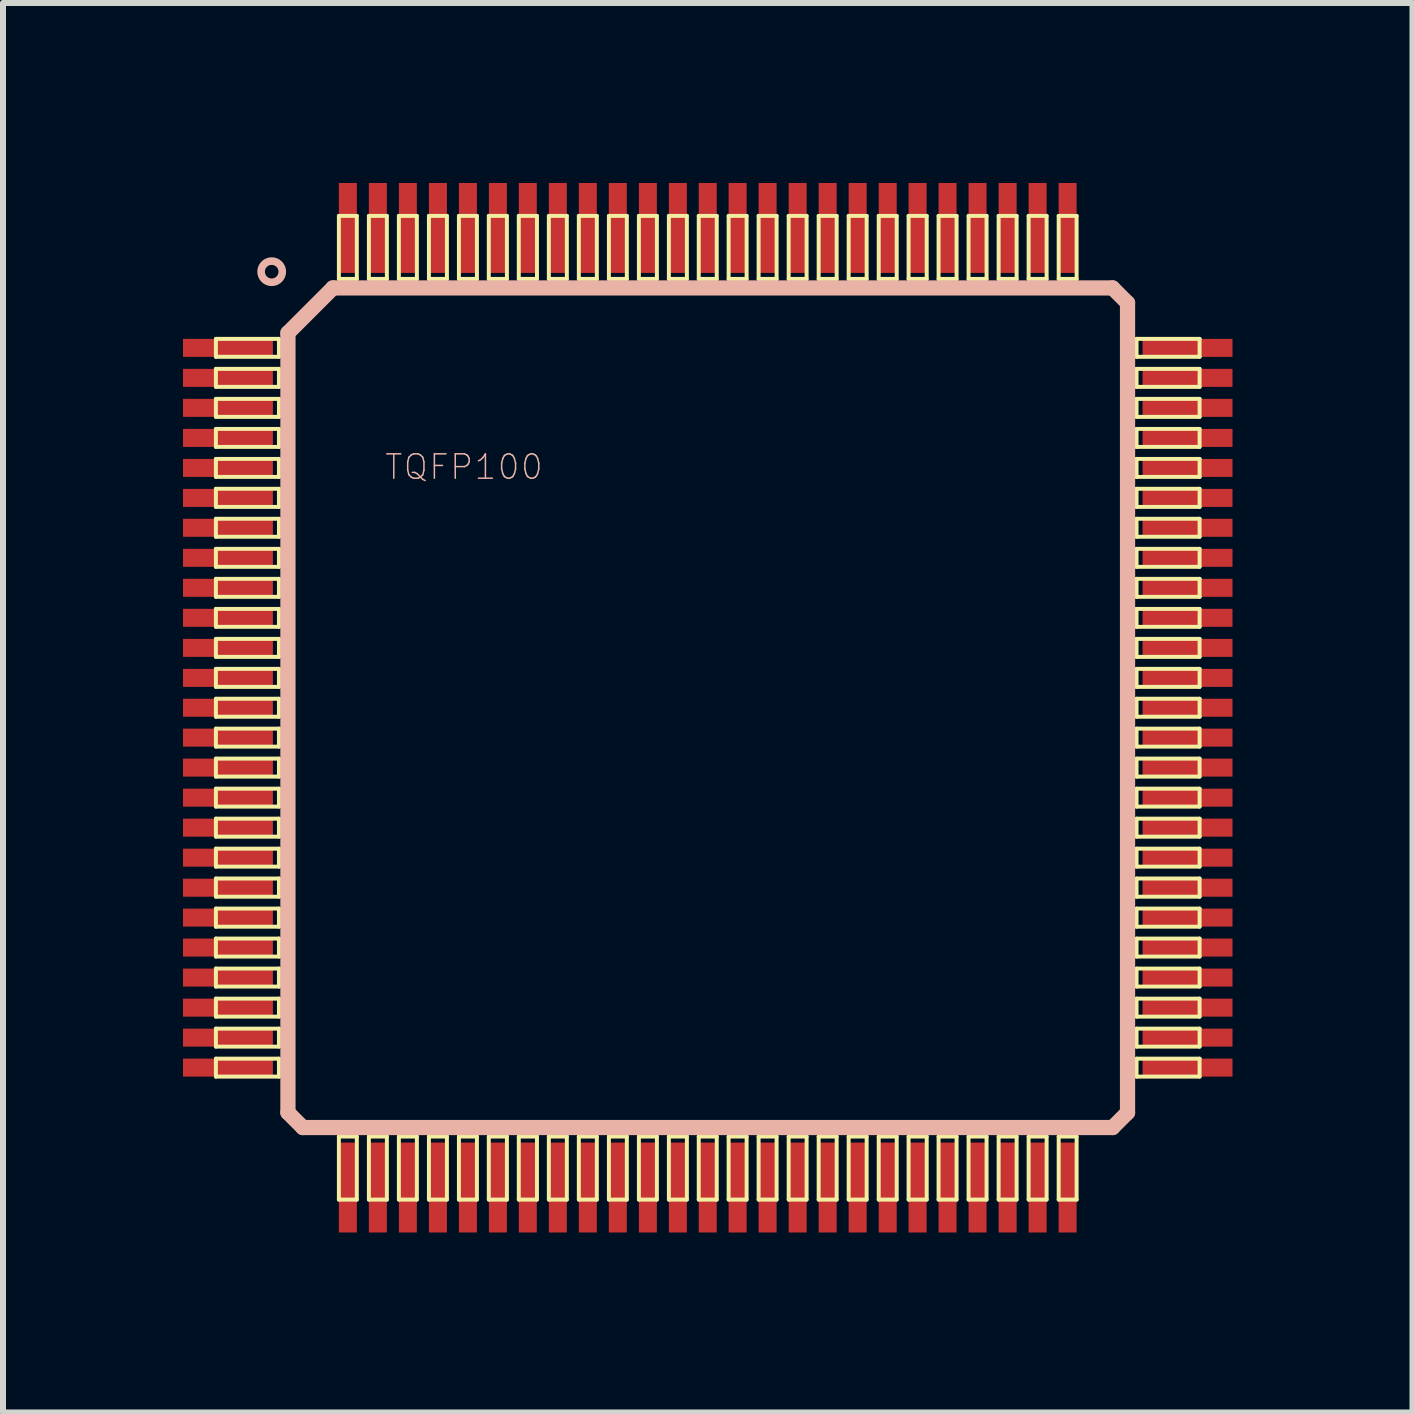
<source format=kicad_pcb>
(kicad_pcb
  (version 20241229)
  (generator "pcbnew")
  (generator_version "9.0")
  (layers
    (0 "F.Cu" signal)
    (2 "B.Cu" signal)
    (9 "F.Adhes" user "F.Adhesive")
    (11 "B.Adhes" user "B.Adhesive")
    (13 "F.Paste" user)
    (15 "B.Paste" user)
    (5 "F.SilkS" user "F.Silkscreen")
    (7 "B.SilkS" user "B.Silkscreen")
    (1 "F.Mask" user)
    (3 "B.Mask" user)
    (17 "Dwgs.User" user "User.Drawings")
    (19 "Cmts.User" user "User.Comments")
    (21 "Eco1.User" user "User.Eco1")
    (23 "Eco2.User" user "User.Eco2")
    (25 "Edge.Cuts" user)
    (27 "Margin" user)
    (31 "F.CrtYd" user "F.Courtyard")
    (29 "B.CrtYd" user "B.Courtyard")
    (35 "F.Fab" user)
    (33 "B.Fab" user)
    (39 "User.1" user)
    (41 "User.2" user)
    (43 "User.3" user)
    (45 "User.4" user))
  (footprint "TQFP100"
    (layer "F.Cu")
    (at 8.748 8.748)
    (property "Reference" "TQFP100" (at -4.064 -4.013 0) (layer "B.SilkS") (effects (font (size 0.406 0.406) (thickness 0.025))))
    (attr smd)
    (fp_line (start -8.199 -6.149) (end -7.148 -6.149) (stroke (width 0.066) (type solid)) (layer "F.SilkS"))
    (fp_line (start -8.199 -5.85) (end -8.199 -6.149) (stroke (width 0.066) (type solid)) (layer "F.SilkS"))
    (fp_line (start -8.199 -5.85) (end -7.148 -5.85) (stroke (width 0.066) (type solid)) (layer "F.SilkS"))
    (fp_line (start -8.199 -5.649) (end -7.148 -5.649) (stroke (width 0.066) (type solid)) (layer "F.SilkS"))
    (fp_line (start -8.199 -5.349) (end -8.199 -5.649) (stroke (width 0.066) (type solid)) (layer "F.SilkS"))
    (fp_line (start -8.199 -5.349) (end -7.148 -5.349) (stroke (width 0.066) (type solid)) (layer "F.SilkS"))
    (fp_line (start -8.199 -5.149) (end -7.148 -5.149) (stroke (width 0.066) (type solid)) (layer "F.SilkS"))
    (fp_line (start -8.199 -4.849) (end -8.199 -5.149) (stroke (width 0.066) (type solid)) (layer "F.SilkS"))
    (fp_line (start -8.199 -4.849) (end -7.148 -4.849) (stroke (width 0.066) (type solid)) (layer "F.SilkS"))
    (fp_line (start -8.199 -4.648) (end -7.148 -4.648) (stroke (width 0.066) (type solid)) (layer "F.SilkS"))
    (fp_line (start -8.199 -4.348) (end -8.199 -4.648) (stroke (width 0.066) (type solid)) (layer "F.SilkS"))
    (fp_line (start -8.199 -4.348) (end -7.148 -4.348) (stroke (width 0.066) (type solid)) (layer "F.SilkS"))
    (fp_line (start -8.199 -4.148) (end -7.148 -4.148) (stroke (width 0.066) (type solid)) (layer "F.SilkS"))
    (fp_line (start -8.199 -3.848) (end -8.199 -4.148) (stroke (width 0.066) (type solid)) (layer "F.SilkS"))
    (fp_line (start -8.199 -3.848) (end -7.148 -3.848) (stroke (width 0.066) (type solid)) (layer "F.SilkS"))
    (fp_line (start -8.199 -3.65) (end -7.148 -3.65) (stroke (width 0.066) (type solid)) (layer "F.SilkS"))
    (fp_line (start -8.199 -3.348) (end -8.199 -3.65) (stroke (width 0.066) (type solid)) (layer "F.SilkS"))
    (fp_line (start -8.199 -3.348) (end -7.148 -3.348) (stroke (width 0.066) (type solid)) (layer "F.SilkS"))
    (fp_line (start -8.199 -3.15) (end -7.148 -3.15) (stroke (width 0.066) (type solid)) (layer "F.SilkS"))
    (fp_line (start -8.199 -2.85) (end -8.199 -3.15) (stroke (width 0.066) (type solid)) (layer "F.SilkS"))
    (fp_line (start -8.199 -2.85) (end -7.148 -2.85) (stroke (width 0.066) (type solid)) (layer "F.SilkS"))
    (fp_line (start -8.199 -2.649) (end -7.148 -2.649) (stroke (width 0.066) (type solid)) (layer "F.SilkS"))
    (fp_line (start -8.199 -2.349) (end -8.199 -2.649) (stroke (width 0.066) (type solid)) (layer "F.SilkS"))
    (fp_line (start -8.199 -2.349) (end -7.148 -2.349) (stroke (width 0.066) (type solid)) (layer "F.SilkS"))
    (fp_line (start -8.199 -2.149) (end -7.148 -2.149) (stroke (width 0.066) (type solid)) (layer "F.SilkS"))
    (fp_line (start -8.199 -1.849) (end -8.199 -2.149) (stroke (width 0.066) (type solid)) (layer "F.SilkS"))
    (fp_line (start -8.199 -1.849) (end -7.148 -1.849) (stroke (width 0.066) (type solid)) (layer "F.SilkS"))
    (fp_line (start -8.199 -1.648) (end -7.148 -1.648) (stroke (width 0.066) (type solid)) (layer "F.SilkS"))
    (fp_line (start -8.199 -1.349) (end -8.199 -1.648) (stroke (width 0.066) (type solid)) (layer "F.SilkS"))
    (fp_line (start -8.199 -1.349) (end -7.148 -1.349) (stroke (width 0.066) (type solid)) (layer "F.SilkS"))
    (fp_line (start -8.199 -1.148) (end -7.148 -1.148) (stroke (width 0.066) (type solid)) (layer "F.SilkS"))
    (fp_line (start -8.199 -0.848) (end -8.199 -1.148) (stroke (width 0.066) (type solid)) (layer "F.SilkS"))
    (fp_line (start -8.199 -0.848) (end -7.148 -0.848) (stroke (width 0.066) (type solid)) (layer "F.SilkS"))
    (fp_line (start -8.199 -0.648) (end -7.148 -0.648) (stroke (width 0.066) (type solid)) (layer "F.SilkS"))
    (fp_line (start -8.199 -0.348) (end -8.199 -0.648) (stroke (width 0.066) (type solid)) (layer "F.SilkS"))
    (fp_line (start -8.199 -0.348) (end -7.148 -0.348) (stroke (width 0.066) (type solid)) (layer "F.SilkS"))
    (fp_line (start -8.199 -0.15) (end -7.148 -0.15) (stroke (width 0.066) (type solid)) (layer "F.SilkS"))
    (fp_line (start -8.199 0.15) (end -8.199 -0.15) (stroke (width 0.066) (type solid)) (layer "F.SilkS"))
    (fp_line (start -8.199 0.15) (end -7.148 0.15) (stroke (width 0.066) (type solid)) (layer "F.SilkS"))
    (fp_line (start -8.199 0.348) (end -7.148 0.348) (stroke (width 0.066) (type solid)) (layer "F.SilkS"))
    (fp_line (start -8.199 0.648) (end -8.199 0.348) (stroke (width 0.066) (type solid)) (layer "F.SilkS"))
    (fp_line (start -8.199 0.648) (end -7.148 0.648) (stroke (width 0.066) (type solid)) (layer "F.SilkS"))
    (fp_line (start -8.199 0.848) (end -7.148 0.848) (stroke (width 0.066) (type solid)) (layer "F.SilkS"))
    (fp_line (start -8.199 1.148) (end -8.199 0.848) (stroke (width 0.066) (type solid)) (layer "F.SilkS"))
    (fp_line (start -8.199 1.148) (end -7.148 1.148) (stroke (width 0.066) (type solid)) (layer "F.SilkS"))
    (fp_line (start -8.199 1.349) (end -7.148 1.349) (stroke (width 0.066) (type solid)) (layer "F.SilkS"))
    (fp_line (start -8.199 1.648) (end -8.199 1.349) (stroke (width 0.066) (type solid)) (layer "F.SilkS"))
    (fp_line (start -8.199 1.648) (end -7.148 1.648) (stroke (width 0.066) (type solid)) (layer "F.SilkS"))
    (fp_line (start -8.199 1.849) (end -7.148 1.849) (stroke (width 0.066) (type solid)) (layer "F.SilkS"))
    (fp_line (start -8.199 2.149) (end -8.199 1.849) (stroke (width 0.066) (type solid)) (layer "F.SilkS"))
    (fp_line (start -8.199 2.149) (end -7.148 2.149) (stroke (width 0.066) (type solid)) (layer "F.SilkS"))
    (fp_line (start -8.199 2.349) (end -7.148 2.349) (stroke (width 0.066) (type solid)) (layer "F.SilkS"))
    (fp_line (start -8.199 2.649) (end -8.199 2.349) (stroke (width 0.066) (type solid)) (layer "F.SilkS"))
    (fp_line (start -8.199 2.649) (end -7.148 2.649) (stroke (width 0.066) (type solid)) (layer "F.SilkS"))
    (fp_line (start -8.199 2.847) (end -7.148 2.847) (stroke (width 0.066) (type solid)) (layer "F.SilkS"))
    (fp_line (start -8.199 3.15) (end -8.199 2.847) (stroke (width 0.066) (type solid)) (layer "F.SilkS"))
    (fp_line (start -8.199 3.15) (end -7.148 3.15) (stroke (width 0.066) (type solid)) (layer "F.SilkS"))
    (fp_line (start -8.199 3.348) (end -7.148 3.348) (stroke (width 0.066) (type solid)) (layer "F.SilkS"))
    (fp_line (start -8.199 3.65) (end -8.199 3.348) (stroke (width 0.066) (type solid)) (layer "F.SilkS"))
    (fp_line (start -8.199 3.65) (end -7.148 3.65) (stroke (width 0.066) (type solid)) (layer "F.SilkS"))
    (fp_line (start -8.199 3.848) (end -7.148 3.848) (stroke (width 0.066) (type solid)) (layer "F.SilkS"))
    (fp_line (start -8.199 4.148) (end -8.199 3.848) (stroke (width 0.066) (type solid)) (layer "F.SilkS"))
    (fp_line (start -8.199 4.148) (end -7.148 4.148) (stroke (width 0.066) (type solid)) (layer "F.SilkS"))
    (fp_line (start -8.199 4.348) (end -7.148 4.348) (stroke (width 0.066) (type solid)) (layer "F.SilkS"))
    (fp_line (start -8.199 4.648) (end -8.199 4.348) (stroke (width 0.066) (type solid)) (layer "F.SilkS"))
    (fp_line (start -8.199 4.648) (end -7.148 4.648) (stroke (width 0.066) (type solid)) (layer "F.SilkS"))
    (fp_line (start -8.199 4.849) (end -7.148 4.849) (stroke (width 0.066) (type solid)) (layer "F.SilkS"))
    (fp_line (start -8.199 5.149) (end -8.199 4.849) (stroke (width 0.066) (type solid)) (layer "F.SilkS"))
    (fp_line (start -8.199 5.149) (end -7.148 5.149) (stroke (width 0.066) (type solid)) (layer "F.SilkS"))
    (fp_line (start -8.199 5.349) (end -7.148 5.349) (stroke (width 0.066) (type solid)) (layer "F.SilkS"))
    (fp_line (start -8.199 5.649) (end -8.199 5.349) (stroke (width 0.066) (type solid)) (layer "F.SilkS"))
    (fp_line (start -8.199 5.649) (end -7.148 5.649) (stroke (width 0.066) (type solid)) (layer "F.SilkS"))
    (fp_line (start -8.199 5.85) (end -7.148 5.85) (stroke (width 0.066) (type solid)) (layer "F.SilkS"))
    (fp_line (start -8.199 6.149) (end -8.199 5.85) (stroke (width 0.066) (type solid)) (layer "F.SilkS"))
    (fp_line (start -8.199 6.149) (end -7.148 6.149) (stroke (width 0.066) (type solid)) (layer "F.SilkS"))
    (fp_line (start -7.148 -5.85) (end -7.148 -6.149) (stroke (width 0.066) (type solid)) (layer "F.SilkS"))
    (fp_line (start -7.148 -5.349) (end -7.148 -5.649) (stroke (width 0.066) (type solid)) (layer "F.SilkS"))
    (fp_line (start -7.148 -4.849) (end -7.148 -5.149) (stroke (width 0.066) (type solid)) (layer "F.SilkS"))
    (fp_line (start -7.148 -4.348) (end -7.148 -4.648) (stroke (width 0.066) (type solid)) (layer "F.SilkS"))
    (fp_line (start -7.148 -3.848) (end -7.148 -4.148) (stroke (width 0.066) (type solid)) (layer "F.SilkS"))
    (fp_line (start -7.148 -3.348) (end -7.148 -3.65) (stroke (width 0.066) (type solid)) (layer "F.SilkS"))
    (fp_line (start -7.148 -2.85) (end -7.148 -3.15) (stroke (width 0.066) (type solid)) (layer "F.SilkS"))
    (fp_line (start -7.148 -2.349) (end -7.148 -2.649) (stroke (width 0.066) (type solid)) (layer "F.SilkS"))
    (fp_line (start -7.148 -1.849) (end -7.148 -2.149) (stroke (width 0.066) (type solid)) (layer "F.SilkS"))
    (fp_line (start -7.148 -1.349) (end -7.148 -1.648) (stroke (width 0.066) (type solid)) (layer "F.SilkS"))
    (fp_line (start -7.148 -0.848) (end -7.148 -1.148) (stroke (width 0.066) (type solid)) (layer "F.SilkS"))
    (fp_line (start -7.148 -0.348) (end -7.148 -0.648) (stroke (width 0.066) (type solid)) (layer "F.SilkS"))
    (fp_line (start -7.148 0.15) (end -7.148 -0.15) (stroke (width 0.066) (type solid)) (layer "F.SilkS"))
    (fp_line (start -7.148 0.648) (end -7.148 0.348) (stroke (width 0.066) (type solid)) (layer "F.SilkS"))
    (fp_line (start -7.148 1.148) (end -7.148 0.848) (stroke (width 0.066) (type solid)) (layer "F.SilkS"))
    (fp_line (start -7.148 1.648) (end -7.148 1.349) (stroke (width 0.066) (type solid)) (layer "F.SilkS"))
    (fp_line (start -7.148 2.149) (end -7.148 1.849) (stroke (width 0.066) (type solid)) (layer "F.SilkS"))
    (fp_line (start -7.148 2.649) (end -7.148 2.349) (stroke (width 0.066) (type solid)) (layer "F.SilkS"))
    (fp_line (start -7.148 3.15) (end -7.148 2.847) (stroke (width 0.066) (type solid)) (layer "F.SilkS"))
    (fp_line (start -7.148 3.65) (end -7.148 3.348) (stroke (width 0.066) (type solid)) (layer "F.SilkS"))
    (fp_line (start -7.148 4.148) (end -7.148 3.848) (stroke (width 0.066) (type solid)) (layer "F.SilkS"))
    (fp_line (start -7.148 4.648) (end -7.148 4.348) (stroke (width 0.066) (type solid)) (layer "F.SilkS"))
    (fp_line (start -7.148 5.149) (end -7.148 4.849) (stroke (width 0.066) (type solid)) (layer "F.SilkS"))
    (fp_line (start -7.148 5.649) (end -7.148 5.349) (stroke (width 0.066) (type solid)) (layer "F.SilkS"))
    (fp_line (start -7.148 6.149) (end -7.148 5.85) (stroke (width 0.066) (type solid)) (layer "F.SilkS"))
    (fp_line (start -6.149 -8.199) (end -5.85 -8.199) (stroke (width 0.066) (type solid)) (layer "F.SilkS"))
    (fp_line (start -6.149 -7.148) (end -6.149 -8.199) (stroke (width 0.066) (type solid)) (layer "F.SilkS"))
    (fp_line (start -6.149 -7.148) (end -5.85 -7.148) (stroke (width 0.066) (type solid)) (layer "F.SilkS"))
    (fp_line (start -6.149 7.148) (end -5.85 7.148) (stroke (width 0.066) (type solid)) (layer "F.SilkS"))
    (fp_line (start -6.149 8.199) (end -6.149 7.148) (stroke (width 0.066) (type solid)) (layer "F.SilkS"))
    (fp_line (start -6.149 8.199) (end -5.85 8.199) (stroke (width 0.066) (type solid)) (layer "F.SilkS"))
    (fp_line (start -5.85 -7.148) (end -5.85 -8.199) (stroke (width 0.066) (type solid)) (layer "F.SilkS"))
    (fp_line (start -5.85 8.199) (end -5.85 7.148) (stroke (width 0.066) (type solid)) (layer "F.SilkS"))
    (fp_line (start -5.649 -8.199) (end -5.349 -8.199) (stroke (width 0.066) (type solid)) (layer "F.SilkS"))
    (fp_line (start -5.649 -7.148) (end -5.649 -8.199) (stroke (width 0.066) (type solid)) (layer "F.SilkS"))
    (fp_line (start -5.649 -7.148) (end -5.349 -7.148) (stroke (width 0.066) (type solid)) (layer "F.SilkS"))
    (fp_line (start -5.649 7.148) (end -5.349 7.148) (stroke (width 0.066) (type solid)) (layer "F.SilkS"))
    (fp_line (start -5.649 8.199) (end -5.649 7.148) (stroke (width 0.066) (type solid)) (layer "F.SilkS"))
    (fp_line (start -5.649 8.199) (end -5.349 8.199) (stroke (width 0.066) (type solid)) (layer "F.SilkS"))
    (fp_line (start -5.349 -7.148) (end -5.349 -8.199) (stroke (width 0.066) (type solid)) (layer "F.SilkS"))
    (fp_line (start -5.349 8.199) (end -5.349 7.148) (stroke (width 0.066) (type solid)) (layer "F.SilkS"))
    (fp_line (start -5.149 -8.199) (end -4.849 -8.199) (stroke (width 0.066) (type solid)) (layer "F.SilkS"))
    (fp_line (start -5.149 -7.148) (end -5.149 -8.199) (stroke (width 0.066) (type solid)) (layer "F.SilkS"))
    (fp_line (start -5.149 -7.148) (end -4.849 -7.148) (stroke (width 0.066) (type solid)) (layer "F.SilkS"))
    (fp_line (start -5.149 7.148) (end -4.849 7.148) (stroke (width 0.066) (type solid)) (layer "F.SilkS"))
    (fp_line (start -5.149 8.199) (end -5.149 7.148) (stroke (width 0.066) (type solid)) (layer "F.SilkS"))
    (fp_line (start -5.149 8.199) (end -4.849 8.199) (stroke (width 0.066) (type solid)) (layer "F.SilkS"))
    (fp_line (start -4.849 -7.148) (end -4.849 -8.199) (stroke (width 0.066) (type solid)) (layer "F.SilkS"))
    (fp_line (start -4.849 8.199) (end -4.849 7.148) (stroke (width 0.066) (type solid)) (layer "F.SilkS"))
    (fp_line (start -4.648 -8.199) (end -4.348 -8.199) (stroke (width 0.066) (type solid)) (layer "F.SilkS"))
    (fp_line (start -4.648 -7.148) (end -4.648 -8.199) (stroke (width 0.066) (type solid)) (layer "F.SilkS"))
    (fp_line (start -4.648 -7.148) (end -4.348 -7.148) (stroke (width 0.066) (type solid)) (layer "F.SilkS"))
    (fp_line (start -4.648 7.148) (end -4.348 7.148) (stroke (width 0.066) (type solid)) (layer "F.SilkS"))
    (fp_line (start -4.648 8.199) (end -4.648 7.148) (stroke (width 0.066) (type solid)) (layer "F.SilkS"))
    (fp_line (start -4.648 8.199) (end -4.348 8.199) (stroke (width 0.066) (type solid)) (layer "F.SilkS"))
    (fp_line (start -4.348 -7.148) (end -4.348 -8.199) (stroke (width 0.066) (type solid)) (layer "F.SilkS"))
    (fp_line (start -4.348 8.199) (end -4.348 7.148) (stroke (width 0.066) (type solid)) (layer "F.SilkS"))
    (fp_line (start -4.148 -8.199) (end -3.848 -8.199) (stroke (width 0.066) (type solid)) (layer "F.SilkS"))
    (fp_line (start -4.148 -7.148) (end -4.148 -8.199) (stroke (width 0.066) (type solid)) (layer "F.SilkS"))
    (fp_line (start -4.148 -7.148) (end -3.848 -7.148) (stroke (width 0.066) (type solid)) (layer "F.SilkS"))
    (fp_line (start -4.148 7.148) (end -3.848 7.148) (stroke (width 0.066) (type solid)) (layer "F.SilkS"))
    (fp_line (start -4.148 8.199) (end -4.148 7.148) (stroke (width 0.066) (type solid)) (layer "F.SilkS"))
    (fp_line (start -4.148 8.199) (end -3.848 8.199) (stroke (width 0.066) (type solid)) (layer "F.SilkS"))
    (fp_line (start -3.848 -7.148) (end -3.848 -8.199) (stroke (width 0.066) (type solid)) (layer "F.SilkS"))
    (fp_line (start -3.848 8.199) (end -3.848 7.148) (stroke (width 0.066) (type solid)) (layer "F.SilkS"))
    (fp_line (start -3.65 -8.199) (end -3.348 -8.199) (stroke (width 0.066) (type solid)) (layer "F.SilkS"))
    (fp_line (start -3.65 -7.148) (end -3.65 -8.199) (stroke (width 0.066) (type solid)) (layer "F.SilkS"))
    (fp_line (start -3.65 -7.148) (end -3.348 -7.148) (stroke (width 0.066) (type solid)) (layer "F.SilkS"))
    (fp_line (start -3.65 7.148) (end -3.348 7.148) (stroke (width 0.066) (type solid)) (layer "F.SilkS"))
    (fp_line (start -3.65 8.199) (end -3.65 7.148) (stroke (width 0.066) (type solid)) (layer "F.SilkS"))
    (fp_line (start -3.65 8.199) (end -3.348 8.199) (stroke (width 0.066) (type solid)) (layer "F.SilkS"))
    (fp_line (start -3.348 -7.148) (end -3.348 -8.199) (stroke (width 0.066) (type solid)) (layer "F.SilkS"))
    (fp_line (start -3.348 8.199) (end -3.348 7.148) (stroke (width 0.066) (type solid)) (layer "F.SilkS"))
    (fp_line (start -3.15 -8.199) (end -2.847 -8.199) (stroke (width 0.066) (type solid)) (layer "F.SilkS"))
    (fp_line (start -3.15 -7.148) (end -3.15 -8.199) (stroke (width 0.066) (type solid)) (layer "F.SilkS"))
    (fp_line (start -3.15 -7.148) (end -2.847 -7.148) (stroke (width 0.066) (type solid)) (layer "F.SilkS"))
    (fp_line (start -3.15 7.148) (end -2.847 7.148) (stroke (width 0.066) (type solid)) (layer "F.SilkS"))
    (fp_line (start -3.15 8.199) (end -3.15 7.148) (stroke (width 0.066) (type solid)) (layer "F.SilkS"))
    (fp_line (start -3.15 8.199) (end -2.847 8.199) (stroke (width 0.066) (type solid)) (layer "F.SilkS"))
    (fp_line (start -2.847 -7.148) (end -2.847 -8.199) (stroke (width 0.066) (type solid)) (layer "F.SilkS"))
    (fp_line (start -2.847 8.199) (end -2.847 7.148) (stroke (width 0.066) (type solid)) (layer "F.SilkS"))
    (fp_line (start -2.649 -8.199) (end -2.349 -8.199) (stroke (width 0.066) (type solid)) (layer "F.SilkS"))
    (fp_line (start -2.649 -7.148) (end -2.649 -8.199) (stroke (width 0.066) (type solid)) (layer "F.SilkS"))
    (fp_line (start -2.649 -7.148) (end -2.349 -7.148) (stroke (width 0.066) (type solid)) (layer "F.SilkS"))
    (fp_line (start -2.649 7.148) (end -2.349 7.148) (stroke (width 0.066) (type solid)) (layer "F.SilkS"))
    (fp_line (start -2.649 8.199) (end -2.649 7.148) (stroke (width 0.066) (type solid)) (layer "F.SilkS"))
    (fp_line (start -2.649 8.199) (end -2.349 8.199) (stroke (width 0.066) (type solid)) (layer "F.SilkS"))
    (fp_line (start -2.349 -7.148) (end -2.349 -8.199) (stroke (width 0.066) (type solid)) (layer "F.SilkS"))
    (fp_line (start -2.349 8.199) (end -2.349 7.148) (stroke (width 0.066) (type solid)) (layer "F.SilkS"))
    (fp_line (start -2.149 -8.199) (end -1.849 -8.199) (stroke (width 0.066) (type solid)) (layer "F.SilkS"))
    (fp_line (start -2.149 -7.148) (end -2.149 -8.199) (stroke (width 0.066) (type solid)) (layer "F.SilkS"))
    (fp_line (start -2.149 -7.148) (end -1.849 -7.148) (stroke (width 0.066) (type solid)) (layer "F.SilkS"))
    (fp_line (start -2.149 7.148) (end -1.849 7.148) (stroke (width 0.066) (type solid)) (layer "F.SilkS"))
    (fp_line (start -2.149 8.199) (end -2.149 7.148) (stroke (width 0.066) (type solid)) (layer "F.SilkS"))
    (fp_line (start -2.149 8.199) (end -1.849 8.199) (stroke (width 0.066) (type solid)) (layer "F.SilkS"))
    (fp_line (start -1.849 -7.148) (end -1.849 -8.199) (stroke (width 0.066) (type solid)) (layer "F.SilkS"))
    (fp_line (start -1.849 8.199) (end -1.849 7.148) (stroke (width 0.066) (type solid)) (layer "F.SilkS"))
    (fp_line (start -1.648 -8.199) (end -1.349 -8.199) (stroke (width 0.066) (type solid)) (layer "F.SilkS"))
    (fp_line (start -1.648 -7.148) (end -1.648 -8.199) (stroke (width 0.066) (type solid)) (layer "F.SilkS"))
    (fp_line (start -1.648 -7.148) (end -1.349 -7.148) (stroke (width 0.066) (type solid)) (layer "F.SilkS"))
    (fp_line (start -1.648 7.148) (end -1.349 7.148) (stroke (width 0.066) (type solid)) (layer "F.SilkS"))
    (fp_line (start -1.648 8.199) (end -1.648 7.148) (stroke (width 0.066) (type solid)) (layer "F.SilkS"))
    (fp_line (start -1.648 8.199) (end -1.349 8.199) (stroke (width 0.066) (type solid)) (layer "F.SilkS"))
    (fp_line (start -1.349 -7.148) (end -1.349 -8.199) (stroke (width 0.066) (type solid)) (layer "F.SilkS"))
    (fp_line (start -1.349 8.199) (end -1.349 7.148) (stroke (width 0.066) (type solid)) (layer "F.SilkS"))
    (fp_line (start -1.148 -8.199) (end -0.848 -8.199) (stroke (width 0.066) (type solid)) (layer "F.SilkS"))
    (fp_line (start -1.148 -7.148) (end -1.148 -8.199) (stroke (width 0.066) (type solid)) (layer "F.SilkS"))
    (fp_line (start -1.148 -7.148) (end -0.848 -7.148) (stroke (width 0.066) (type solid)) (layer "F.SilkS"))
    (fp_line (start -1.148 7.148) (end -0.848 7.148) (stroke (width 0.066) (type solid)) (layer "F.SilkS"))
    (fp_line (start -1.148 8.199) (end -1.148 7.148) (stroke (width 0.066) (type solid)) (layer "F.SilkS"))
    (fp_line (start -1.148 8.199) (end -0.848 8.199) (stroke (width 0.066) (type solid)) (layer "F.SilkS"))
    (fp_line (start -0.848 -7.148) (end -0.848 -8.199) (stroke (width 0.066) (type solid)) (layer "F.SilkS"))
    (fp_line (start -0.848 8.199) (end -0.848 7.148) (stroke (width 0.066) (type solid)) (layer "F.SilkS"))
    (fp_line (start -0.648 -8.199) (end -0.348 -8.199) (stroke (width 0.066) (type solid)) (layer "F.SilkS"))
    (fp_line (start -0.648 -7.148) (end -0.648 -8.199) (stroke (width 0.066) (type solid)) (layer "F.SilkS"))
    (fp_line (start -0.648 -7.148) (end -0.348 -7.148) (stroke (width 0.066) (type solid)) (layer "F.SilkS"))
    (fp_line (start -0.648 7.148) (end -0.348 7.148) (stroke (width 0.066) (type solid)) (layer "F.SilkS"))
    (fp_line (start -0.648 8.199) (end -0.648 7.148) (stroke (width 0.066) (type solid)) (layer "F.SilkS"))
    (fp_line (start -0.648 8.199) (end -0.348 8.199) (stroke (width 0.066) (type solid)) (layer "F.SilkS"))
    (fp_line (start -0.348 -7.148) (end -0.348 -8.199) (stroke (width 0.066) (type solid)) (layer "F.SilkS"))
    (fp_line (start -0.348 8.199) (end -0.348 7.148) (stroke (width 0.066) (type solid)) (layer "F.SilkS"))
    (fp_line (start -0.15 -8.199) (end 0.15 -8.199) (stroke (width 0.066) (type solid)) (layer "F.SilkS"))
    (fp_line (start -0.15 -7.148) (end -0.15 -8.199) (stroke (width 0.066) (type solid)) (layer "F.SilkS"))
    (fp_line (start -0.15 -7.148) (end 0.15 -7.148) (stroke (width 0.066) (type solid)) (layer "F.SilkS"))
    (fp_line (start -0.15 7.148) (end 0.15 7.148) (stroke (width 0.066) (type solid)) (layer "F.SilkS"))
    (fp_line (start -0.15 8.199) (end -0.15 7.148) (stroke (width 0.066) (type solid)) (layer "F.SilkS"))
    (fp_line (start -0.15 8.199) (end 0.15 8.199) (stroke (width 0.066) (type solid)) (layer "F.SilkS"))
    (fp_line (start 0.15 -7.148) (end 0.15 -8.199) (stroke (width 0.066) (type solid)) (layer "F.SilkS"))
    (fp_line (start 0.15 8.199) (end 0.15 7.148) (stroke (width 0.066) (type solid)) (layer "F.SilkS"))
    (fp_line (start 0.348 -8.199) (end 0.648 -8.199) (stroke (width 0.066) (type solid)) (layer "F.SilkS"))
    (fp_line (start 0.348 -7.148) (end 0.348 -8.199) (stroke (width 0.066) (type solid)) (layer "F.SilkS"))
    (fp_line (start 0.348 -7.148) (end 0.648 -7.148) (stroke (width 0.066) (type solid)) (layer "F.SilkS"))
    (fp_line (start 0.348 7.148) (end 0.648 7.148) (stroke (width 0.066) (type solid)) (layer "F.SilkS"))
    (fp_line (start 0.348 8.199) (end 0.348 7.148) (stroke (width 0.066) (type solid)) (layer "F.SilkS"))
    (fp_line (start 0.348 8.199) (end 0.648 8.199) (stroke (width 0.066) (type solid)) (layer "F.SilkS"))
    (fp_line (start 0.648 -7.148) (end 0.648 -8.199) (stroke (width 0.066) (type solid)) (layer "F.SilkS"))
    (fp_line (start 0.648 8.199) (end 0.648 7.148) (stroke (width 0.066) (type solid)) (layer "F.SilkS"))
    (fp_line (start 0.848 -8.199) (end 1.148 -8.199) (stroke (width 0.066) (type solid)) (layer "F.SilkS"))
    (fp_line (start 0.848 -7.148) (end 0.848 -8.199) (stroke (width 0.066) (type solid)) (layer "F.SilkS"))
    (fp_line (start 0.848 -7.148) (end 1.148 -7.148) (stroke (width 0.066) (type solid)) (layer "F.SilkS"))
    (fp_line (start 0.848 7.148) (end 1.148 7.148) (stroke (width 0.066) (type solid)) (layer "F.SilkS"))
    (fp_line (start 0.848 8.199) (end 0.848 7.148) (stroke (width 0.066) (type solid)) (layer "F.SilkS"))
    (fp_line (start 0.848 8.199) (end 1.148 8.199) (stroke (width 0.066) (type solid)) (layer "F.SilkS"))
    (fp_line (start 1.148 -7.148) (end 1.148 -8.199) (stroke (width 0.066) (type solid)) (layer "F.SilkS"))
    (fp_line (start 1.148 8.199) (end 1.148 7.148) (stroke (width 0.066) (type solid)) (layer "F.SilkS"))
    (fp_line (start 1.349 -8.199) (end 1.648 -8.199) (stroke (width 0.066) (type solid)) (layer "F.SilkS"))
    (fp_line (start 1.349 -7.148) (end 1.349 -8.199) (stroke (width 0.066) (type solid)) (layer "F.SilkS"))
    (fp_line (start 1.349 -7.148) (end 1.648 -7.148) (stroke (width 0.066) (type solid)) (layer "F.SilkS"))
    (fp_line (start 1.349 7.148) (end 1.648 7.148) (stroke (width 0.066) (type solid)) (layer "F.SilkS"))
    (fp_line (start 1.349 8.199) (end 1.349 7.148) (stroke (width 0.066) (type solid)) (layer "F.SilkS"))
    (fp_line (start 1.349 8.199) (end 1.648 8.199) (stroke (width 0.066) (type solid)) (layer "F.SilkS"))
    (fp_line (start 1.648 -7.148) (end 1.648 -8.199) (stroke (width 0.066) (type solid)) (layer "F.SilkS"))
    (fp_line (start 1.648 8.199) (end 1.648 7.148) (stroke (width 0.066) (type solid)) (layer "F.SilkS"))
    (fp_line (start 1.849 -8.199) (end 2.149 -8.199) (stroke (width 0.066) (type solid)) (layer "F.SilkS"))
    (fp_line (start 1.849 -7.148) (end 1.849 -8.199) (stroke (width 0.066) (type solid)) (layer "F.SilkS"))
    (fp_line (start 1.849 -7.148) (end 2.149 -7.148) (stroke (width 0.066) (type solid)) (layer "F.SilkS"))
    (fp_line (start 1.849 7.148) (end 2.149 7.148) (stroke (width 0.066) (type solid)) (layer "F.SilkS"))
    (fp_line (start 1.849 8.199) (end 1.849 7.148) (stroke (width 0.066) (type solid)) (layer "F.SilkS"))
    (fp_line (start 1.849 8.199) (end 2.149 8.199) (stroke (width 0.066) (type solid)) (layer "F.SilkS"))
    (fp_line (start 2.149 -7.148) (end 2.149 -8.199) (stroke (width 0.066) (type solid)) (layer "F.SilkS"))
    (fp_line (start 2.149 8.199) (end 2.149 7.148) (stroke (width 0.066) (type solid)) (layer "F.SilkS"))
    (fp_line (start 2.349 -8.199) (end 2.649 -8.199) (stroke (width 0.066) (type solid)) (layer "F.SilkS"))
    (fp_line (start 2.349 -7.148) (end 2.349 -8.199) (stroke (width 0.066) (type solid)) (layer "F.SilkS"))
    (fp_line (start 2.349 -7.148) (end 2.649 -7.148) (stroke (width 0.066) (type solid)) (layer "F.SilkS"))
    (fp_line (start 2.349 7.148) (end 2.649 7.148) (stroke (width 0.066) (type solid)) (layer "F.SilkS"))
    (fp_line (start 2.349 8.199) (end 2.349 7.148) (stroke (width 0.066) (type solid)) (layer "F.SilkS"))
    (fp_line (start 2.349 8.199) (end 2.649 8.199) (stroke (width 0.066) (type solid)) (layer "F.SilkS"))
    (fp_line (start 2.649 -7.148) (end 2.649 -8.199) (stroke (width 0.066) (type solid)) (layer "F.SilkS"))
    (fp_line (start 2.649 8.199) (end 2.649 7.148) (stroke (width 0.066) (type solid)) (layer "F.SilkS"))
    (fp_line (start 2.85 -8.199) (end 3.15 -8.199) (stroke (width 0.066) (type solid)) (layer "F.SilkS"))
    (fp_line (start 2.85 -7.148) (end 2.85 -8.199) (stroke (width 0.066) (type solid)) (layer "F.SilkS"))
    (fp_line (start 2.85 -7.148) (end 3.15 -7.148) (stroke (width 0.066) (type solid)) (layer "F.SilkS"))
    (fp_line (start 2.85 7.148) (end 3.15 7.148) (stroke (width 0.066) (type solid)) (layer "F.SilkS"))
    (fp_line (start 2.85 8.199) (end 2.85 7.148) (stroke (width 0.066) (type solid)) (layer "F.SilkS"))
    (fp_line (start 2.85 8.199) (end 3.15 8.199) (stroke (width 0.066) (type solid)) (layer "F.SilkS"))
    (fp_line (start 3.15 -7.148) (end 3.15 -8.199) (stroke (width 0.066) (type solid)) (layer "F.SilkS"))
    (fp_line (start 3.15 8.199) (end 3.15 7.148) (stroke (width 0.066) (type solid)) (layer "F.SilkS"))
    (fp_line (start 3.348 -8.199) (end 3.65 -8.199) (stroke (width 0.066) (type solid)) (layer "F.SilkS"))
    (fp_line (start 3.348 -7.148) (end 3.348 -8.199) (stroke (width 0.066) (type solid)) (layer "F.SilkS"))
    (fp_line (start 3.348 -7.148) (end 3.65 -7.148) (stroke (width 0.066) (type solid)) (layer "F.SilkS"))
    (fp_line (start 3.348 7.148) (end 3.65 7.148) (stroke (width 0.066) (type solid)) (layer "F.SilkS"))
    (fp_line (start 3.348 8.199) (end 3.348 7.148) (stroke (width 0.066) (type solid)) (layer "F.SilkS"))
    (fp_line (start 3.348 8.199) (end 3.65 8.199) (stroke (width 0.066) (type solid)) (layer "F.SilkS"))
    (fp_line (start 3.65 -7.148) (end 3.65 -8.199) (stroke (width 0.066) (type solid)) (layer "F.SilkS"))
    (fp_line (start 3.65 8.199) (end 3.65 7.148) (stroke (width 0.066) (type solid)) (layer "F.SilkS"))
    (fp_line (start 3.848 -8.199) (end 4.148 -8.199) (stroke (width 0.066) (type solid)) (layer "F.SilkS"))
    (fp_line (start 3.848 -7.148) (end 3.848 -8.199) (stroke (width 0.066) (type solid)) (layer "F.SilkS"))
    (fp_line (start 3.848 -7.148) (end 4.148 -7.148) (stroke (width 0.066) (type solid)) (layer "F.SilkS"))
    (fp_line (start 3.848 7.148) (end 4.148 7.148) (stroke (width 0.066) (type solid)) (layer "F.SilkS"))
    (fp_line (start 3.848 8.199) (end 3.848 7.148) (stroke (width 0.066) (type solid)) (layer "F.SilkS"))
    (fp_line (start 3.848 8.199) (end 4.148 8.199) (stroke (width 0.066) (type solid)) (layer "F.SilkS"))
    (fp_line (start 4.148 -7.148) (end 4.148 -8.199) (stroke (width 0.066) (type solid)) (layer "F.SilkS"))
    (fp_line (start 4.148 8.199) (end 4.148 7.148) (stroke (width 0.066) (type solid)) (layer "F.SilkS"))
    (fp_line (start 4.348 -8.199) (end 4.648 -8.199) (stroke (width 0.066) (type solid)) (layer "F.SilkS"))
    (fp_line (start 4.348 -7.148) (end 4.348 -8.199) (stroke (width 0.066) (type solid)) (layer "F.SilkS"))
    (fp_line (start 4.348 -7.148) (end 4.648 -7.148) (stroke (width 0.066) (type solid)) (layer "F.SilkS"))
    (fp_line (start 4.348 7.148) (end 4.648 7.148) (stroke (width 0.066) (type solid)) (layer "F.SilkS"))
    (fp_line (start 4.348 8.199) (end 4.348 7.148) (stroke (width 0.066) (type solid)) (layer "F.SilkS"))
    (fp_line (start 4.348 8.199) (end 4.648 8.199) (stroke (width 0.066) (type solid)) (layer "F.SilkS"))
    (fp_line (start 4.648 -7.148) (end 4.648 -8.199) (stroke (width 0.066) (type solid)) (layer "F.SilkS"))
    (fp_line (start 4.648 8.199) (end 4.648 7.148) (stroke (width 0.066) (type solid)) (layer "F.SilkS"))
    (fp_line (start 4.849 -8.199) (end 5.149 -8.199) (stroke (width 0.066) (type solid)) (layer "F.SilkS"))
    (fp_line (start 4.849 -7.148) (end 4.849 -8.199) (stroke (width 0.066) (type solid)) (layer "F.SilkS"))
    (fp_line (start 4.849 -7.148) (end 5.149 -7.148) (stroke (width 0.066) (type solid)) (layer "F.SilkS"))
    (fp_line (start 4.849 7.148) (end 5.149 7.148) (stroke (width 0.066) (type solid)) (layer "F.SilkS"))
    (fp_line (start 4.849 8.199) (end 4.849 7.148) (stroke (width 0.066) (type solid)) (layer "F.SilkS"))
    (fp_line (start 4.849 8.199) (end 5.149 8.199) (stroke (width 0.066) (type solid)) (layer "F.SilkS"))
    (fp_line (start 5.149 -7.148) (end 5.149 -8.199) (stroke (width 0.066) (type solid)) (layer "F.SilkS"))
    (fp_line (start 5.149 8.199) (end 5.149 7.148) (stroke (width 0.066) (type solid)) (layer "F.SilkS"))
    (fp_line (start 5.349 -8.199) (end 5.649 -8.199) (stroke (width 0.066) (type solid)) (layer "F.SilkS"))
    (fp_line (start 5.349 -7.148) (end 5.349 -8.199) (stroke (width 0.066) (type solid)) (layer "F.SilkS"))
    (fp_line (start 5.349 -7.148) (end 5.649 -7.148) (stroke (width 0.066) (type solid)) (layer "F.SilkS"))
    (fp_line (start 5.349 7.148) (end 5.649 7.148) (stroke (width 0.066) (type solid)) (layer "F.SilkS"))
    (fp_line (start 5.349 8.199) (end 5.349 7.148) (stroke (width 0.066) (type solid)) (layer "F.SilkS"))
    (fp_line (start 5.349 8.199) (end 5.649 8.199) (stroke (width 0.066) (type solid)) (layer "F.SilkS"))
    (fp_line (start 5.649 -7.148) (end 5.649 -8.199) (stroke (width 0.066) (type solid)) (layer "F.SilkS"))
    (fp_line (start 5.649 8.199) (end 5.649 7.148) (stroke (width 0.066) (type solid)) (layer "F.SilkS"))
    (fp_line (start 5.85 -8.199) (end 6.149 -8.199) (stroke (width 0.066) (type solid)) (layer "F.SilkS"))
    (fp_line (start 5.85 -7.148) (end 5.85 -8.199) (stroke (width 0.066) (type solid)) (layer "F.SilkS"))
    (fp_line (start 5.85 -7.148) (end 6.149 -7.148) (stroke (width 0.066) (type solid)) (layer "F.SilkS"))
    (fp_line (start 5.85 7.148) (end 6.149 7.148) (stroke (width 0.066) (type solid)) (layer "F.SilkS"))
    (fp_line (start 5.85 8.199) (end 5.85 7.148) (stroke (width 0.066) (type solid)) (layer "F.SilkS"))
    (fp_line (start 5.85 8.199) (end 6.149 8.199) (stroke (width 0.066) (type solid)) (layer "F.SilkS"))
    (fp_line (start 6.149 -7.148) (end 6.149 -8.199) (stroke (width 0.066) (type solid)) (layer "F.SilkS"))
    (fp_line (start 6.149 8.199) (end 6.149 7.148) (stroke (width 0.066) (type solid)) (layer "F.SilkS"))
    (fp_line (start 7.148 -6.149) (end 8.199 -6.149) (stroke (width 0.066) (type solid)) (layer "F.SilkS"))
    (fp_line (start 7.148 -5.85) (end 7.148 -6.149) (stroke (width 0.066) (type solid)) (layer "F.SilkS"))
    (fp_line (start 7.148 -5.85) (end 8.199 -5.85) (stroke (width 0.066) (type solid)) (layer "F.SilkS"))
    (fp_line (start 7.148 -5.649) (end 8.199 -5.649) (stroke (width 0.066) (type solid)) (layer "F.SilkS"))
    (fp_line (start 7.148 -5.349) (end 7.148 -5.649) (stroke (width 0.066) (type solid)) (layer "F.SilkS"))
    (fp_line (start 7.148 -5.349) (end 8.199 -5.349) (stroke (width 0.066) (type solid)) (layer "F.SilkS"))
    (fp_line (start 7.148 -5.149) (end 8.199 -5.149) (stroke (width 0.066) (type solid)) (layer "F.SilkS"))
    (fp_line (start 7.148 -4.849) (end 7.148 -5.149) (stroke (width 0.066) (type solid)) (layer "F.SilkS"))
    (fp_line (start 7.148 -4.849) (end 8.199 -4.849) (stroke (width 0.066) (type solid)) (layer "F.SilkS"))
    (fp_line (start 7.148 -4.648) (end 8.199 -4.648) (stroke (width 0.066) (type solid)) (layer "F.SilkS"))
    (fp_line (start 7.148 -4.348) (end 7.148 -4.648) (stroke (width 0.066) (type solid)) (layer "F.SilkS"))
    (fp_line (start 7.148 -4.348) (end 8.199 -4.348) (stroke (width 0.066) (type solid)) (layer "F.SilkS"))
    (fp_line (start 7.148 -4.148) (end 8.199 -4.148) (stroke (width 0.066) (type solid)) (layer "F.SilkS"))
    (fp_line (start 7.148 -3.848) (end 7.148 -4.148) (stroke (width 0.066) (type solid)) (layer "F.SilkS"))
    (fp_line (start 7.148 -3.848) (end 8.199 -3.848) (stroke (width 0.066) (type solid)) (layer "F.SilkS"))
    (fp_line (start 7.148 -3.65) (end 8.199 -3.65) (stroke (width 0.066) (type solid)) (layer "F.SilkS"))
    (fp_line (start 7.148 -3.348) (end 7.148 -3.65) (stroke (width 0.066) (type solid)) (layer "F.SilkS"))
    (fp_line (start 7.148 -3.348) (end 8.199 -3.348) (stroke (width 0.066) (type solid)) (layer "F.SilkS"))
    (fp_line (start 7.148 -3.15) (end 8.199 -3.15) (stroke (width 0.066) (type solid)) (layer "F.SilkS"))
    (fp_line (start 7.148 -2.85) (end 7.148 -3.15) (stroke (width 0.066) (type solid)) (layer "F.SilkS"))
    (fp_line (start 7.148 -2.85) (end 8.199 -2.85) (stroke (width 0.066) (type solid)) (layer "F.SilkS"))
    (fp_line (start 7.148 -2.649) (end 8.199 -2.649) (stroke (width 0.066) (type solid)) (layer "F.SilkS"))
    (fp_line (start 7.148 -2.349) (end 7.148 -2.649) (stroke (width 0.066) (type solid)) (layer "F.SilkS"))
    (fp_line (start 7.148 -2.349) (end 8.199 -2.349) (stroke (width 0.066) (type solid)) (layer "F.SilkS"))
    (fp_line (start 7.148 -2.149) (end 8.199 -2.149) (stroke (width 0.066) (type solid)) (layer "F.SilkS"))
    (fp_line (start 7.148 -1.849) (end 7.148 -2.149) (stroke (width 0.066) (type solid)) (layer "F.SilkS"))
    (fp_line (start 7.148 -1.849) (end 8.199 -1.849) (stroke (width 0.066) (type solid)) (layer "F.SilkS"))
    (fp_line (start 7.148 -1.648) (end 8.199 -1.648) (stroke (width 0.066) (type solid)) (layer "F.SilkS"))
    (fp_line (start 7.148 -1.349) (end 7.148 -1.648) (stroke (width 0.066) (type solid)) (layer "F.SilkS"))
    (fp_line (start 7.148 -1.349) (end 8.199 -1.349) (stroke (width 0.066) (type solid)) (layer "F.SilkS"))
    (fp_line (start 7.148 -1.148) (end 8.199 -1.148) (stroke (width 0.066) (type solid)) (layer "F.SilkS"))
    (fp_line (start 7.148 -0.848) (end 7.148 -1.148) (stroke (width 0.066) (type solid)) (layer "F.SilkS"))
    (fp_line (start 7.148 -0.848) (end 8.199 -0.848) (stroke (width 0.066) (type solid)) (layer "F.SilkS"))
    (fp_line (start 7.148 -0.648) (end 8.199 -0.648) (stroke (width 0.066) (type solid)) (layer "F.SilkS"))
    (fp_line (start 7.148 -0.348) (end 7.148 -0.648) (stroke (width 0.066) (type solid)) (layer "F.SilkS"))
    (fp_line (start 7.148 -0.348) (end 8.199 -0.348) (stroke (width 0.066) (type solid)) (layer "F.SilkS"))
    (fp_line (start 7.148 -0.15) (end 8.199 -0.15) (stroke (width 0.066) (type solid)) (layer "F.SilkS"))
    (fp_line (start 7.148 0.15) (end 7.148 -0.15) (stroke (width 0.066) (type solid)) (layer "F.SilkS"))
    (fp_line (start 7.148 0.15) (end 8.199 0.15) (stroke (width 0.066) (type solid)) (layer "F.SilkS"))
    (fp_line (start 7.148 0.348) (end 8.199 0.348) (stroke (width 0.066) (type solid)) (layer "F.SilkS"))
    (fp_line (start 7.148 0.648) (end 7.148 0.348) (stroke (width 0.066) (type solid)) (layer "F.SilkS"))
    (fp_line (start 7.148 0.648) (end 8.199 0.648) (stroke (width 0.066) (type solid)) (layer "F.SilkS"))
    (fp_line (start 7.148 0.848) (end 8.199 0.848) (stroke (width 0.066) (type solid)) (layer "F.SilkS"))
    (fp_line (start 7.148 1.148) (end 7.148 0.848) (stroke (width 0.066) (type solid)) (layer "F.SilkS"))
    (fp_line (start 7.148 1.148) (end 8.199 1.148) (stroke (width 0.066) (type solid)) (layer "F.SilkS"))
    (fp_line (start 7.148 1.349) (end 8.199 1.349) (stroke (width 0.066) (type solid)) (layer "F.SilkS"))
    (fp_line (start 7.148 1.648) (end 7.148 1.349) (stroke (width 0.066) (type solid)) (layer "F.SilkS"))
    (fp_line (start 7.148 1.648) (end 8.199 1.648) (stroke (width 0.066) (type solid)) (layer "F.SilkS"))
    (fp_line (start 7.148 1.849) (end 8.199 1.849) (stroke (width 0.066) (type solid)) (layer "F.SilkS"))
    (fp_line (start 7.148 2.149) (end 7.148 1.849) (stroke (width 0.066) (type solid)) (layer "F.SilkS"))
    (fp_line (start 7.148 2.149) (end 8.199 2.149) (stroke (width 0.066) (type solid)) (layer "F.SilkS"))
    (fp_line (start 7.148 2.349) (end 8.199 2.349) (stroke (width 0.066) (type solid)) (layer "F.SilkS"))
    (fp_line (start 7.148 2.649) (end 7.148 2.349) (stroke (width 0.066) (type solid)) (layer "F.SilkS"))
    (fp_line (start 7.148 2.649) (end 8.199 2.649) (stroke (width 0.066) (type solid)) (layer "F.SilkS"))
    (fp_line (start 7.148 2.847) (end 8.199 2.847) (stroke (width 0.066) (type solid)) (layer "F.SilkS"))
    (fp_line (start 7.148 3.15) (end 7.148 2.847) (stroke (width 0.066) (type solid)) (layer "F.SilkS"))
    (fp_line (start 7.148 3.15) (end 8.199 3.15) (stroke (width 0.066) (type solid)) (layer "F.SilkS"))
    (fp_line (start 7.148 3.348) (end 8.199 3.348) (stroke (width 0.066) (type solid)) (layer "F.SilkS"))
    (fp_line (start 7.148 3.65) (end 7.148 3.348) (stroke (width 0.066) (type solid)) (layer "F.SilkS"))
    (fp_line (start 7.148 3.65) (end 8.199 3.65) (stroke (width 0.066) (type solid)) (layer "F.SilkS"))
    (fp_line (start 7.148 3.848) (end 8.199 3.848) (stroke (width 0.066) (type solid)) (layer "F.SilkS"))
    (fp_line (start 7.148 4.148) (end 7.148 3.848) (stroke (width 0.066) (type solid)) (layer "F.SilkS"))
    (fp_line (start 7.148 4.148) (end 8.199 4.148) (stroke (width 0.066) (type solid)) (layer "F.SilkS"))
    (fp_line (start 7.148 4.348) (end 8.199 4.348) (stroke (width 0.066) (type solid)) (layer "F.SilkS"))
    (fp_line (start 7.148 4.648) (end 7.148 4.348) (stroke (width 0.066) (type solid)) (layer "F.SilkS"))
    (fp_line (start 7.148 4.648) (end 8.199 4.648) (stroke (width 0.066) (type solid)) (layer "F.SilkS"))
    (fp_line (start 7.148 4.849) (end 8.199 4.849) (stroke (width 0.066) (type solid)) (layer "F.SilkS"))
    (fp_line (start 7.148 5.149) (end 7.148 4.849) (stroke (width 0.066) (type solid)) (layer "F.SilkS"))
    (fp_line (start 7.148 5.149) (end 8.199 5.149) (stroke (width 0.066) (type solid)) (layer "F.SilkS"))
    (fp_line (start 7.148 5.349) (end 8.199 5.349) (stroke (width 0.066) (type solid)) (layer "F.SilkS"))
    (fp_line (start 7.148 5.649) (end 7.148 5.349) (stroke (width 0.066) (type solid)) (layer "F.SilkS"))
    (fp_line (start 7.148 5.649) (end 8.199 5.649) (stroke (width 0.066) (type solid)) (layer "F.SilkS"))
    (fp_line (start 7.148 5.85) (end 8.199 5.85) (stroke (width 0.066) (type solid)) (layer "F.SilkS"))
    (fp_line (start 7.148 6.149) (end 7.148 5.85) (stroke (width 0.066) (type solid)) (layer "F.SilkS"))
    (fp_line (start 7.148 6.149) (end 8.199 6.149) (stroke (width 0.066) (type solid)) (layer "F.SilkS"))
    (fp_line (start 8.199 -5.85) (end 8.199 -6.149) (stroke (width 0.066) (type solid)) (layer "F.SilkS"))
    (fp_line (start 8.199 -5.349) (end 8.199 -5.649) (stroke (width 0.066) (type solid)) (layer "F.SilkS"))
    (fp_line (start 8.199 -4.849) (end 8.199 -5.149) (stroke (width 0.066) (type solid)) (layer "F.SilkS"))
    (fp_line (start 8.199 -4.348) (end 8.199 -4.648) (stroke (width 0.066) (type solid)) (layer "F.SilkS"))
    (fp_line (start 8.199 -3.848) (end 8.199 -4.148) (stroke (width 0.066) (type solid)) (layer "F.SilkS"))
    (fp_line (start 8.199 -3.348) (end 8.199 -3.65) (stroke (width 0.066) (type solid)) (layer "F.SilkS"))
    (fp_line (start 8.199 -2.85) (end 8.199 -3.15) (stroke (width 0.066) (type solid)) (layer "F.SilkS"))
    (fp_line (start 8.199 -2.349) (end 8.199 -2.649) (stroke (width 0.066) (type solid)) (layer "F.SilkS"))
    (fp_line (start 8.199 -1.849) (end 8.199 -2.149) (stroke (width 0.066) (type solid)) (layer "F.SilkS"))
    (fp_line (start 8.199 -1.349) (end 8.199 -1.648) (stroke (width 0.066) (type solid)) (layer "F.SilkS"))
    (fp_line (start 8.199 -0.848) (end 8.199 -1.148) (stroke (width 0.066) (type solid)) (layer "F.SilkS"))
    (fp_line (start 8.199 -0.348) (end 8.199 -0.648) (stroke (width 0.066) (type solid)) (layer "F.SilkS"))
    (fp_line (start 8.199 0.15) (end 8.199 -0.15) (stroke (width 0.066) (type solid)) (layer "F.SilkS"))
    (fp_line (start 8.199 0.648) (end 8.199 0.348) (stroke (width 0.066) (type solid)) (layer "F.SilkS"))
    (fp_line (start 8.199 1.148) (end 8.199 0.848) (stroke (width 0.066) (type solid)) (layer "F.SilkS"))
    (fp_line (start 8.199 1.648) (end 8.199 1.349) (stroke (width 0.066) (type solid)) (layer "F.SilkS"))
    (fp_line (start 8.199 2.149) (end 8.199 1.849) (stroke (width 0.066) (type solid)) (layer "F.SilkS"))
    (fp_line (start 8.199 2.649) (end 8.199 2.349) (stroke (width 0.066) (type solid)) (layer "F.SilkS"))
    (fp_line (start 8.199 3.15) (end 8.199 2.847) (stroke (width 0.066) (type solid)) (layer "F.SilkS"))
    (fp_line (start 8.199 3.65) (end 8.199 3.348) (stroke (width 0.066) (type solid)) (layer "F.SilkS"))
    (fp_line (start 8.199 4.148) (end 8.199 3.848) (stroke (width 0.066) (type solid)) (layer "F.SilkS"))
    (fp_line (start 8.199 4.648) (end 8.199 4.348) (stroke (width 0.066) (type solid)) (layer "F.SilkS"))
    (fp_line (start 8.199 5.149) (end 8.199 4.849) (stroke (width 0.066) (type solid)) (layer "F.SilkS"))
    (fp_line (start 8.199 5.649) (end 8.199 5.349) (stroke (width 0.066) (type solid)) (layer "F.SilkS"))
    (fp_line (start 8.199 6.149) (end 8.199 5.85) (stroke (width 0.066) (type solid)) (layer "F.SilkS"))
    (fp_line (start -6.998 -6.248) (end -6.248 -6.998) (stroke (width 0.254) (type solid)) (layer "B.SilkS"))
    (fp_line (start -6.998 6.749) (end -6.998 -6.248) (stroke (width 0.254) (type solid)) (layer "B.SilkS"))
    (fp_line (start -6.749 6.998) (end -6.998 6.749) (stroke (width 0.254) (type solid)) (layer "B.SilkS"))
    (fp_line (start -6.248 -6.998) (end 6.749 -6.998) (stroke (width 0.254) (type solid)) (layer "B.SilkS"))
    (fp_line (start 6.749 -6.998) (end 6.998 -6.749) (stroke (width 0.254) (type solid)) (layer "B.SilkS"))
    (fp_line (start 6.749 6.998) (end -6.749 6.998) (stroke (width 0.254) (type solid)) (layer "B.SilkS"))
    (fp_line (start 6.998 -6.749) (end 6.998 6.749) (stroke (width 0.254) (type solid)) (layer "B.SilkS"))
    (fp_line (start 6.998 6.749) (end 6.749 6.998) (stroke (width 0.254) (type solid)) (layer "B.SilkS"))
    (fp_circle (center -7.269 -7.269) (end -7.394 -7.394) (stroke (width 0.127) (type solid)) (fill no) (layer "B.SilkS"))
    (pad "1" smd rect (at -7.998 -5.999) (size 1.499 0.3) (layers "F.Cu" "F.Mask" "F.Paste"))
    (pad "2" smd rect (at -7.998 -5.499) (size 1.499 0.3) (layers "F.Cu" "F.Mask" "F.Paste"))
    (pad "3" smd rect (at -7.998 -4.999) (size 1.499 0.3) (layers "F.Cu" "F.Mask" "F.Paste"))
    (pad "4" smd rect (at -7.998 -4.498) (size 1.499 0.3) (layers "F.Cu" "F.Mask" "F.Paste"))
    (pad "5" smd rect (at -7.998 -3.998) (size 1.499 0.3) (layers "F.Cu" "F.Mask" "F.Paste"))
    (pad "6" smd rect (at -7.998 -3.498) (size 1.499 0.3) (layers "F.Cu" "F.Mask" "F.Paste"))
    (pad "7" smd rect (at -7.998 -3) (size 1.499 0.3) (layers "F.Cu" "F.Mask" "F.Paste"))
    (pad "8" smd rect (at -7.998 -2.499) (size 1.499 0.3) (layers "F.Cu" "F.Mask" "F.Paste"))
    (pad "9" smd rect (at -7.998 -1.999) (size 1.499 0.3) (layers "F.Cu" "F.Mask" "F.Paste"))
    (pad "10" smd rect (at -7.998 -1.499) (size 1.499 0.3) (layers "F.Cu" "F.Mask" "F.Paste"))
    (pad "11" smd rect (at -7.998 -0.998) (size 1.499 0.3) (layers "F.Cu" "F.Mask" "F.Paste"))
    (pad "12" smd rect (at -7.998 -0.498) (size 1.499 0.3) (layers "F.Cu" "F.Mask" "F.Paste"))
    (pad "13" smd rect (at -7.998 0) (size 1.499 0.3) (layers "F.Cu" "F.Mask" "F.Paste"))
    (pad "14" smd rect (at -7.998 0.498) (size 1.499 0.3) (layers "F.Cu" "F.Mask" "F.Paste"))
    (pad "15" smd rect (at -7.998 0.998) (size 1.499 0.3) (layers "F.Cu" "F.Mask" "F.Paste"))
    (pad "16" smd rect (at -7.998 1.499) (size 1.499 0.3) (layers "F.Cu" "F.Mask" "F.Paste"))
    (pad "17" smd rect (at -7.998 1.999) (size 1.499 0.3) (layers "F.Cu" "F.Mask" "F.Paste"))
    (pad "18" smd rect (at -7.998 2.499) (size 1.499 0.3) (layers "F.Cu" "F.Mask" "F.Paste"))
    (pad "19" smd rect (at -7.998 3) (size 1.499 0.3) (layers "F.Cu" "F.Mask" "F.Paste"))
    (pad "20" smd rect (at -7.998 3.498) (size 1.499 0.3) (layers "F.Cu" "F.Mask" "F.Paste"))
    (pad "21" smd rect (at -7.998 3.998) (size 1.499 0.3) (layers "F.Cu" "F.Mask" "F.Paste"))
    (pad "22" smd rect (at -7.998 4.498) (size 1.499 0.3) (layers "F.Cu" "F.Mask" "F.Paste"))
    (pad "23" smd rect (at -7.998 4.999) (size 1.499 0.3) (layers "F.Cu" "F.Mask" "F.Paste"))
    (pad "24" smd rect (at -7.998 5.499) (size 1.499 0.3) (layers "F.Cu" "F.Mask" "F.Paste"))
    (pad "25" smd rect (at -7.998 5.999) (size 1.499 0.3) (layers "F.Cu" "F.Mask" "F.Paste"))
    (pad "26" smd rect (at -5.999 7.998) (size 0.3 1.499) (layers "F.Cu" "F.Mask" "F.Paste"))
    (pad "27" smd rect (at -5.499 7.998) (size 0.3 1.499) (layers "F.Cu" "F.Mask" "F.Paste"))
    (pad "28" smd rect (at -4.999 7.998) (size 0.3 1.499) (layers "F.Cu" "F.Mask" "F.Paste"))
    (pad "29" smd rect (at -4.498 7.998) (size 0.3 1.499) (layers "F.Cu" "F.Mask" "F.Paste"))
    (pad "30" smd rect (at -3.998 7.998) (size 0.3 1.499) (layers "F.Cu" "F.Mask" "F.Paste"))
    (pad "31" smd rect (at -3.498 7.998) (size 0.3 1.499) (layers "F.Cu" "F.Mask" "F.Paste"))
    (pad "32" smd rect (at -3 7.998) (size 0.3 1.499) (layers "F.Cu" "F.Mask" "F.Paste"))
    (pad "33" smd rect (at -2.499 7.998) (size 0.3 1.499) (layers "F.Cu" "F.Mask" "F.Paste"))
    (pad "34" smd rect (at -1.999 7.998) (size 0.3 1.499) (layers "F.Cu" "F.Mask" "F.Paste"))
    (pad "35" smd rect (at -1.499 7.998) (size 0.3 1.499) (layers "F.Cu" "F.Mask" "F.Paste"))
    (pad "36" smd rect (at -0.998 7.998) (size 0.3 1.499) (layers "F.Cu" "F.Mask" "F.Paste"))
    (pad "37" smd rect (at -0.498 7.998) (size 0.3 1.499) (layers "F.Cu" "F.Mask" "F.Paste"))
    (pad "38" smd rect (at 0 7.998) (size 0.3 1.499) (layers "F.Cu" "F.Mask" "F.Paste"))
    (pad "39" smd rect (at 0.498 7.998) (size 0.3 1.499) (layers "F.Cu" "F.Mask" "F.Paste"))
    (pad "40" smd rect (at 0.998 7.998) (size 0.3 1.499) (layers "F.Cu" "F.Mask" "F.Paste"))
    (pad "41" smd rect (at 1.499 7.998) (size 0.3 1.499) (layers "F.Cu" "F.Mask" "F.Paste"))
    (pad "42" smd rect (at 1.999 7.998) (size 0.3 1.499) (layers "F.Cu" "F.Mask" "F.Paste"))
    (pad "43" smd rect (at 2.499 7.998) (size 0.3 1.499) (layers "F.Cu" "F.Mask" "F.Paste"))
    (pad "44" smd rect (at 3 7.998) (size 0.3 1.499) (layers "F.Cu" "F.Mask" "F.Paste"))
    (pad "45" smd rect (at 3.498 7.998) (size 0.3 1.499) (layers "F.Cu" "F.Mask" "F.Paste"))
    (pad "46" smd rect (at 3.998 7.998) (size 0.3 1.499) (layers "F.Cu" "F.Mask" "F.Paste"))
    (pad "47" smd rect (at 4.498 7.998) (size 0.3 1.499) (layers "F.Cu" "F.Mask" "F.Paste"))
    (pad "48" smd rect (at 4.999 7.998) (size 0.3 1.499) (layers "F.Cu" "F.Mask" "F.Paste"))
    (pad "49" smd rect (at 5.499 7.998) (size 0.3 1.499) (layers "F.Cu" "F.Mask" "F.Paste"))
    (pad "50" smd rect (at 5.999 7.998) (size 0.3 1.499) (layers "F.Cu" "F.Mask" "F.Paste"))
    (pad "51" smd rect (at 7.998 5.999) (size 1.499 0.3) (layers "F.Cu" "F.Mask" "F.Paste"))
    (pad "52" smd rect (at 7.998 5.499) (size 1.499 0.3) (layers "F.Cu" "F.Mask" "F.Paste"))
    (pad "53" smd rect (at 7.998 4.999) (size 1.499 0.3) (layers "F.Cu" "F.Mask" "F.Paste"))
    (pad "54" smd rect (at 7.998 4.498) (size 1.499 0.3) (layers "F.Cu" "F.Mask" "F.Paste"))
    (pad "55" smd rect (at 7.998 3.998) (size 1.499 0.3) (layers "F.Cu" "F.Mask" "F.Paste"))
    (pad "56" smd rect (at 7.998 3.498) (size 1.499 0.3) (layers "F.Cu" "F.Mask" "F.Paste"))
    (pad "57" smd rect (at 7.998 3) (size 1.499 0.3) (layers "F.Cu" "F.Mask" "F.Paste"))
    (pad "58" smd rect (at 7.998 2.499) (size 1.499 0.3) (layers "F.Cu" "F.Mask" "F.Paste"))
    (pad "59" smd rect (at 7.998 1.999) (size 1.499 0.3) (layers "F.Cu" "F.Mask" "F.Paste"))
    (pad "60" smd rect (at 7.998 1.499) (size 1.499 0.3) (layers "F.Cu" "F.Mask" "F.Paste"))
    (pad "61" smd rect (at 7.998 0.998) (size 1.499 0.3) (layers "F.Cu" "F.Mask" "F.Paste"))
    (pad "62" smd rect (at 7.998 0.498) (size 1.499 0.3) (layers "F.Cu" "F.Mask" "F.Paste"))
    (pad "63" smd rect (at 7.998 0) (size 1.499 0.3) (layers "F.Cu" "F.Mask" "F.Paste"))
    (pad "64" smd rect (at 7.998 -0.498) (size 1.499 0.3) (layers "F.Cu" "F.Mask" "F.Paste"))
    (pad "65" smd rect (at 7.998 -0.998) (size 1.499 0.3) (layers "F.Cu" "F.Mask" "F.Paste"))
    (pad "66" smd rect (at 7.998 -1.499) (size 1.499 0.3) (layers "F.Cu" "F.Mask" "F.Paste"))
    (pad "67" smd rect (at 7.998 -1.999) (size 1.499 0.3) (layers "F.Cu" "F.Mask" "F.Paste"))
    (pad "68" smd rect (at 7.998 -2.499) (size 1.499 0.3) (layers "F.Cu" "F.Mask" "F.Paste"))
    (pad "69" smd rect (at 7.998 -3) (size 1.499 0.3) (layers "F.Cu" "F.Mask" "F.Paste"))
    (pad "70" smd rect (at 7.998 -3.498) (size 1.499 0.3) (layers "F.Cu" "F.Mask" "F.Paste"))
    (pad "71" smd rect (at 7.998 -3.998) (size 1.499 0.3) (layers "F.Cu" "F.Mask" "F.Paste"))
    (pad "72" smd rect (at 7.998 -4.498) (size 1.499 0.3) (layers "F.Cu" "F.Mask" "F.Paste"))
    (pad "73" smd rect (at 7.998 -4.999) (size 1.499 0.3) (layers "F.Cu" "F.Mask" "F.Paste"))
    (pad "74" smd rect (at 7.998 -5.499) (size 1.499 0.3) (layers "F.Cu" "F.Mask" "F.Paste"))
    (pad "75" smd rect (at 7.998 -5.999) (size 1.499 0.3) (layers "F.Cu" "F.Mask" "F.Paste"))
    (pad "76" smd rect (at 5.999 -7.998) (size 0.3 1.499) (layers "F.Cu" "F.Mask" "F.Paste"))
    (pad "77" smd rect (at 5.499 -7.998) (size 0.3 1.499) (layers "F.Cu" "F.Mask" "F.Paste"))
    (pad "78" smd rect (at 4.999 -7.998) (size 0.3 1.499) (layers "F.Cu" "F.Mask" "F.Paste"))
    (pad "79" smd rect (at 4.498 -7.998) (size 0.3 1.499) (layers "F.Cu" "F.Mask" "F.Paste"))
    (pad "80" smd rect (at 3.998 -7.998) (size 0.3 1.499) (layers "F.Cu" "F.Mask" "F.Paste"))
    (pad "81" smd rect (at 3.498 -7.998) (size 0.3 1.499) (layers "F.Cu" "F.Mask" "F.Paste"))
    (pad "82" smd rect (at 3 -7.998) (size 0.3 1.499) (layers "F.Cu" "F.Mask" "F.Paste"))
    (pad "83" smd rect (at 2.499 -7.998) (size 0.3 1.499) (layers "F.Cu" "F.Mask" "F.Paste"))
    (pad "84" smd rect (at 1.999 -7.998) (size 0.3 1.499) (layers "F.Cu" "F.Mask" "F.Paste"))
    (pad "85" smd rect (at 1.499 -7.998) (size 0.3 1.499) (layers "F.Cu" "F.Mask" "F.Paste"))
    (pad "86" smd rect (at 0.998 -7.998) (size 0.3 1.499) (layers "F.Cu" "F.Mask" "F.Paste"))
    (pad "87" smd rect (at 0.498 -7.998) (size 0.3 1.499) (layers "F.Cu" "F.Mask" "F.Paste"))
    (pad "88" smd rect (at 0 -7.998) (size 0.3 1.499) (layers "F.Cu" "F.Mask" "F.Paste"))
    (pad "89" smd rect (at -0.498 -7.998) (size 0.3 1.499) (layers "F.Cu" "F.Mask" "F.Paste"))
    (pad "90" smd rect (at -0.998 -7.998) (size 0.3 1.499) (layers "F.Cu" "F.Mask" "F.Paste"))
    (pad "91" smd rect (at -1.499 -7.998) (size 0.3 1.499) (layers "F.Cu" "F.Mask" "F.Paste"))
    (pad "92" smd rect (at -1.999 -7.998) (size 0.3 1.499) (layers "F.Cu" "F.Mask" "F.Paste"))
    (pad "93" smd rect (at -2.499 -7.998) (size 0.3 1.499) (layers "F.Cu" "F.Mask" "F.Paste"))
    (pad "94" smd rect (at -3 -7.998) (size 0.3 1.499) (layers "F.Cu" "F.Mask" "F.Paste"))
    (pad "95" smd rect (at -3.498 -7.998) (size 0.3 1.499) (layers "F.Cu" "F.Mask" "F.Paste"))
    (pad "96" smd rect (at -3.998 -7.998) (size 0.3 1.499) (layers "F.Cu" "F.Mask" "F.Paste"))
    (pad "97" smd rect (at -4.498 -7.998) (size 0.3 1.499) (layers "F.Cu" "F.Mask" "F.Paste"))
    (pad "98" smd rect (at -4.999 -7.998) (size 0.3 1.499) (layers "F.Cu" "F.Mask" "F.Paste"))
    (pad "99" smd rect (at -5.499 -7.998) (size 0.3 1.499) (layers "F.Cu" "F.Mask" "F.Paste"))
    (pad "100" smd rect (at -5.999 -7.998) (size 0.3 1.499) (layers "F.Cu" "F.Mask" "F.Paste")))
  (gr_rect
    (start -3 -3)
    (end 20.496 20.496)
    (stroke (width 0.1) (type default))
    (fill no)
    (layer "Edge.Cuts")))
</source>
